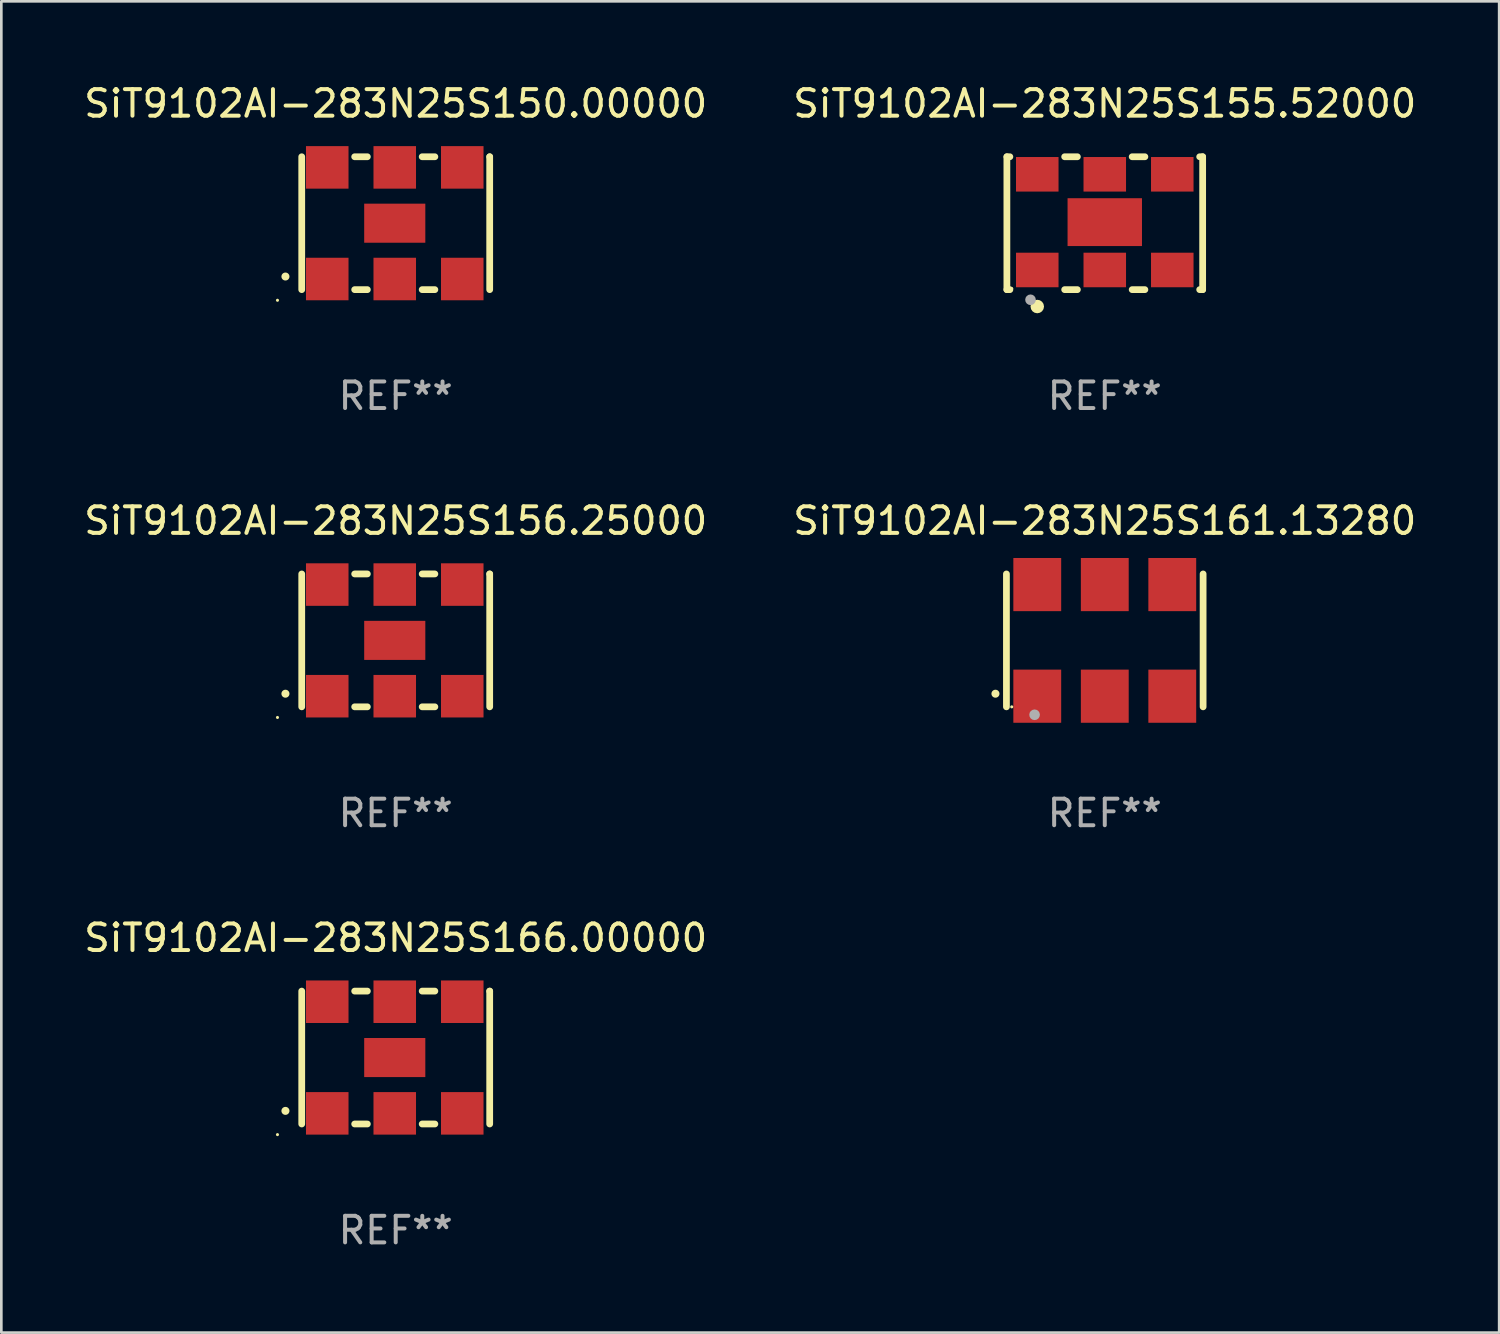
<source format=kicad_pcb>
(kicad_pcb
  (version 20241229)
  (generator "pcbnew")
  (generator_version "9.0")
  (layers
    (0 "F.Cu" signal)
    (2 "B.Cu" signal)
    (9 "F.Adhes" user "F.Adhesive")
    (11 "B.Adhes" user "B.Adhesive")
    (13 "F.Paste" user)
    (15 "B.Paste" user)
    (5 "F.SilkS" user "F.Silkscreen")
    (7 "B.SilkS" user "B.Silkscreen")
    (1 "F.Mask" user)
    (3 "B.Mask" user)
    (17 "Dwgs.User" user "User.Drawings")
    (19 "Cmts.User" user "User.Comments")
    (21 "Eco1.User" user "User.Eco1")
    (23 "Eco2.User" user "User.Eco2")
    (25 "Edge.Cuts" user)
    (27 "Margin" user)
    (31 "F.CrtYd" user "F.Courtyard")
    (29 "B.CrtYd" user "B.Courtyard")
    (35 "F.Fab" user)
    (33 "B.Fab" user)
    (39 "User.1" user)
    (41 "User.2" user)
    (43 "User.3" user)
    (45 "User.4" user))
  (footprint "SiT9102AI-283N25S156.25000"
    (layer "F.Cu")
    (at 11.839 21.045)
    (property "Reference" "SiT9102AI-283N25S156.25000" (at 0 -4.5 0) (layer "F.SilkS") (effects (font (size 1 1) (thickness 0.15))))
    (attr through_hole)
    (fp_line (start -3.536 -2.5) (end -3.536 2.5) (stroke (width 0.254) (type solid)) (layer "F.SilkS"))
    (fp_line (start -1.544 2.5) (end -1.067 2.5) (stroke (width 0.254) (type solid)) (layer "F.SilkS"))
    (fp_line (start -1.067 -2.5) (end -1.544 -2.5) (stroke (width 0.254) (type solid)) (layer "F.SilkS"))
    (fp_line (start 0.996 2.5) (end 1.473 2.5) (stroke (width 0.254) (type solid)) (layer "F.SilkS"))
    (fp_line (start 1.473 -2.5) (end 0.996 -2.5) (stroke (width 0.254) (type solid)) (layer "F.SilkS"))
    (fp_line (start 3.536 -2.5) (end 3.536 -2.5) (stroke (width 0.254) (type solid)) (layer "F.SilkS"))
    (fp_line (start 3.536 2.5) (end 3.536 -2.5) (stroke (width 0.254) (type solid)) (layer "F.SilkS"))
    (fp_arc (start -4.150432 2.006604) (mid -4.149162 2.006599) (end -4.147892 2.006604) (stroke (width 0.3) (type solid)) (layer "F.SilkS"))
    (fp_circle (center -4.449 2.9) (end -4.419 2.9) (stroke (width 0.06) (type solid)) (fill no) (layer "F.SilkS"))
    (fp_text user "REF**" (at 0 6.5 0) (layer "F.Fab") (effects (font (size 1 1) (thickness 0.15))))
    (pad "1" smd rect (at -2.576 2.1) (size 1.6 1.6) (layers "F.Cu" "F.Mask" "F.Paste"))
    (pad "2" smd rect (at -0.036 2.1) (size 1.6 1.6) (layers "F.Cu" "F.Mask" "F.Paste"))
    (pad "3" smd rect (at 2.504 2.1) (size 1.6 1.6) (layers "F.Cu" "F.Mask" "F.Paste"))
    (pad "4" smd rect (at 2.504 -2.1) (size 1.6 1.6) (layers "F.Cu" "F.Mask" "F.Paste"))
    (pad "5" smd rect (at -0.036 -2.1) (size 1.6 1.6) (layers "F.Cu" "F.Mask" "F.Paste"))
    (pad "6" smd rect (at -2.576 -2.1) (size 1.6 1.6) (layers "F.Cu" "F.Mask" "F.Paste"))
    (pad "7" smd rect (at -0.036 0) (size 2.3 1.47) (layers "F.Cu" "F.Mask" "F.Paste")))
  (footprint "SiT9102AI-283N25S161.13280"
    (layer "F.Cu")
    (at 38.518 21.045)
    (property "Reference" "SiT9102AI-283N25S161.13280" (at 0 -4.5 0) (layer "F.SilkS") (effects (font (size 1 1) (thickness 0.15))))
    (attr through_hole)
    (fp_line (start -3.7 -2.5) (end -3.7 2.5) (stroke (width 0.254) (type solid)) (layer "F.SilkS"))
    (fp_line (start 3.7 -2.5) (end 3.7 2.5) (stroke (width 0.254) (type solid)) (layer "F.SilkS"))
    (fp_arc (start -4.114415 2.006604) (mid -4.113145 2.006599) (end -4.111875 2.006604) (stroke (width 0.3) (type solid)) (layer "F.SilkS"))
    (fp_circle (center -3.5 2.501) (end -3.47 2.501) (stroke (width 0.06) (type solid)) (fill no) (layer "F.SilkS"))
    (fp_circle (center -2.641 2.799) (end -2.541 2.799) (stroke (width 0.2) (type solid)) (fill no) (layer "F.Fab"))
    (fp_text user "REF**" (at 0 6.5 0) (layer "F.Fab") (effects (font (size 1 1) (thickness 0.15))))
    (pad "1" smd rect (at -2.54 2.1) (size 1.8 2) (layers "F.Cu" "F.Mask" "F.Paste"))
    (pad "2" smd rect (at 0.000394 2.1) (size 1.8 2) (layers "F.Cu" "F.Mask" "F.Paste"))
    (pad "3" smd rect (at 2.54 2.1) (size 1.8 2) (layers "F.Cu" "F.Mask" "F.Paste"))
    (pad "4" smd rect (at 2.54 -2.1) (size 1.8 2) (layers "F.Cu" "F.Mask" "F.Paste"))
    (pad "5" smd rect (at 0.000394 -2.1) (size 1.8 2) (layers "F.Cu" "F.Mask" "F.Paste"))
    (pad "6" smd rect (at -2.54 -2.1) (size 1.8 2) (layers "F.Cu" "F.Mask" "F.Paste")))
  (footprint "SiT9102AI-283N25S150.00000"
    (layer "F.Cu")
    (at 11.839 5.348)
    (property "Reference" "SiT9102AI-283N25S150.00000" (at 0 -4.5 0) (layer "F.SilkS") (effects (font (size 1 1) (thickness 0.15))))
    (attr through_hole)
    (fp_line (start -3.536 -2.5) (end -3.536 2.5) (stroke (width 0.254) (type solid)) (layer "F.SilkS"))
    (fp_line (start -1.544 2.5) (end -1.067 2.5) (stroke (width 0.254) (type solid)) (layer "F.SilkS"))
    (fp_line (start -1.067 -2.5) (end -1.544 -2.5) (stroke (width 0.254) (type solid)) (layer "F.SilkS"))
    (fp_line (start 0.996 2.5) (end 1.473 2.5) (stroke (width 0.254) (type solid)) (layer "F.SilkS"))
    (fp_line (start 1.473 -2.5) (end 0.996 -2.5) (stroke (width 0.254) (type solid)) (layer "F.SilkS"))
    (fp_line (start 3.536 -2.5) (end 3.536 -2.5) (stroke (width 0.254) (type solid)) (layer "F.SilkS"))
    (fp_line (start 3.536 2.5) (end 3.536 -2.5) (stroke (width 0.254) (type solid)) (layer "F.SilkS"))
    (fp_arc (start -4.150432 2.006604) (mid -4.149162 2.006599) (end -4.147892 2.006604) (stroke (width 0.3) (type solid)) (layer "F.SilkS"))
    (fp_circle (center -4.449 2.9) (end -4.419 2.9) (stroke (width 0.06) (type solid)) (fill no) (layer "F.SilkS"))
    (fp_text user "REF**" (at 0 6.5 0) (layer "F.Fab") (effects (font (size 1 1) (thickness 0.15))))
    (pad "1" smd rect (at -2.576 2.1) (size 1.6 1.6) (layers "F.Cu" "F.Mask" "F.Paste"))
    (pad "2" smd rect (at -0.036 2.1) (size 1.6 1.6) (layers "F.Cu" "F.Mask" "F.Paste"))
    (pad "3" smd rect (at 2.504 2.1) (size 1.6 1.6) (layers "F.Cu" "F.Mask" "F.Paste"))
    (pad "4" smd rect (at 2.504 -2.1) (size 1.6 1.6) (layers "F.Cu" "F.Mask" "F.Paste"))
    (pad "5" smd rect (at -0.036 -2.1) (size 1.6 1.6) (layers "F.Cu" "F.Mask" "F.Paste"))
    (pad "6" smd rect (at -2.576 -2.1) (size 1.6 1.6) (layers "F.Cu" "F.Mask" "F.Paste"))
    (pad "7" smd rect (at -0.036 0) (size 2.3 1.47) (layers "F.Cu" "F.Mask" "F.Paste")))
  (footprint "SiT9102AI-283N25S155.52000"
    (layer "F.Cu")
    (at 38.518 5.348)
    (property "Reference" "SiT9102AI-283N25S155.52000" (at 0 -4.5 0) (layer "F.SilkS") (effects (font (size 1 1) (thickness 0.15))))
    (attr through_hole)
    (fp_line (start -3.683 -2.5) (end -3.571 -2.5) (stroke (width 0.254) (type solid)) (layer "F.SilkS"))
    (fp_line (start -3.683 2.5) (end -3.683 -2.5) (stroke (width 0.254) (type solid)) (layer "F.SilkS"))
    (fp_line (start -3.683 2.5) (end -3.571 2.5) (stroke (width 0.254) (type solid)) (layer "F.SilkS"))
    (fp_line (start -1.509 -2.5) (end -1.031 -2.5) (stroke (width 0.254) (type solid)) (layer "F.SilkS"))
    (fp_line (start -1.509 2.5) (end -1.031 2.5) (stroke (width 0.254) (type solid)) (layer "F.SilkS"))
    (fp_line (start 1.031 -2.5) (end 1.509 -2.5) (stroke (width 0.254) (type solid)) (layer "F.SilkS"))
    (fp_line (start 1.031 2.5) (end 1.509 2.5) (stroke (width 0.254) (type solid)) (layer "F.SilkS"))
    (fp_line (start 3.571 -2.5) (end 3.683 -2.5) (stroke (width 0.254) (type solid)) (layer "F.SilkS"))
    (fp_line (start 3.571 2.5) (end 3.683 2.5) (stroke (width 0.254) (type solid)) (layer "F.SilkS"))
    (fp_line (start 3.683 2.5) (end 3.683 -2.5) (stroke (width 0.254) (type solid)) (layer "F.SilkS"))
    (fp_circle (center -3.5 2.46) (end -3.47 2.46) (stroke (width 0.06) (type solid)) (fill no) (layer "F.SilkS"))
    (fp_circle (center -2.54 3.135) (end -2.413 3.135) (stroke (width 0.254) (type solid)) (fill no) (layer "F.SilkS"))
    (fp_circle (center -2.794 2.881) (end -2.694 2.881) (stroke (width 0.2) (type solid)) (fill no) (layer "F.Fab"))
    (fp_text user "REF**" (at 0 6.5 0) (layer "F.Fab") (effects (font (size 1 1) (thickness 0.15))))
    (pad "1" smd rect (at -2.54 1.76) (size 1.6 1.3) (layers "F.Cu" "F.Mask" "F.Paste"))
    (pad "2" smd rect (at 0 1.76) (size 1.6 1.3) (layers "F.Cu" "F.Mask" "F.Paste"))
    (pad "3" smd rect (at 2.54 1.76) (size 1.6 1.3) (layers "F.Cu" "F.Mask" "F.Paste"))
    (pad "4" smd rect (at 2.54 -1.84) (size 1.6 1.3) (layers "F.Cu" "F.Mask" "F.Paste"))
    (pad "5" smd rect (at 0 -1.84) (size 1.6 1.3) (layers "F.Cu" "F.Mask" "F.Paste"))
    (pad "6" smd rect (at -2.54 -1.84) (size 1.6 1.3) (layers "F.Cu" "F.Mask" "F.Paste"))
    (pad "7" smd rect (at 0 -0.04) (size 2.8 1.8) (layers "F.Cu" "F.Mask" "F.Paste")))
  (footprint "SiT9102AI-283N25S166.00000"
    (layer "F.Cu")
    (at 11.839 36.741)
    (property "Reference" "SiT9102AI-283N25S166.00000" (at 0 -4.5 0) (layer "F.SilkS") (effects (font (size 1 1) (thickness 0.15))))
    (attr through_hole)
    (fp_line (start -3.536 -2.5) (end -3.536 2.5) (stroke (width 0.254) (type solid)) (layer "F.SilkS"))
    (fp_line (start -1.544 2.5) (end -1.067 2.5) (stroke (width 0.254) (type solid)) (layer "F.SilkS"))
    (fp_line (start -1.067 -2.5) (end -1.544 -2.5) (stroke (width 0.254) (type solid)) (layer "F.SilkS"))
    (fp_line (start 0.996 2.5) (end 1.473 2.5) (stroke (width 0.254) (type solid)) (layer "F.SilkS"))
    (fp_line (start 1.473 -2.5) (end 0.996 -2.5) (stroke (width 0.254) (type solid)) (layer "F.SilkS"))
    (fp_line (start 3.536 -2.5) (end 3.536 -2.5) (stroke (width 0.254) (type solid)) (layer "F.SilkS"))
    (fp_line (start 3.536 2.5) (end 3.536 -2.5) (stroke (width 0.254) (type solid)) (layer "F.SilkS"))
    (fp_arc (start -4.150432 2.006604) (mid -4.149162 2.006599) (end -4.147892 2.006604) (stroke (width 0.3) (type solid)) (layer "F.SilkS"))
    (fp_circle (center -4.449 2.9) (end -4.419 2.9) (stroke (width 0.06) (type solid)) (fill no) (layer "F.SilkS"))
    (fp_text user "REF**" (at 0 6.5 0) (layer "F.Fab") (effects (font (size 1 1) (thickness 0.15))))
    (pad "1" smd rect (at -2.576 2.1) (size 1.6 1.6) (layers "F.Cu" "F.Mask" "F.Paste"))
    (pad "2" smd rect (at -0.036 2.1) (size 1.6 1.6) (layers "F.Cu" "F.Mask" "F.Paste"))
    (pad "3" smd rect (at 2.504 2.1) (size 1.6 1.6) (layers "F.Cu" "F.Mask" "F.Paste"))
    (pad "4" smd rect (at 2.504 -2.1) (size 1.6 1.6) (layers "F.Cu" "F.Mask" "F.Paste"))
    (pad "5" smd rect (at -0.036 -2.1) (size 1.6 1.6) (layers "F.Cu" "F.Mask" "F.Paste"))
    (pad "6" smd rect (at -2.576 -2.1) (size 1.6 1.6) (layers "F.Cu" "F.Mask" "F.Paste"))
    (pad "7" smd rect (at -0.036 0) (size 2.3 1.47) (layers "F.Cu" "F.Mask" "F.Paste")))
  (gr_rect
    (start -3 -3)
    (end 53.357 47.09)
    (stroke (width 0.1) (type default))
    (fill no)
    (layer "Edge.Cuts")))
</source>
